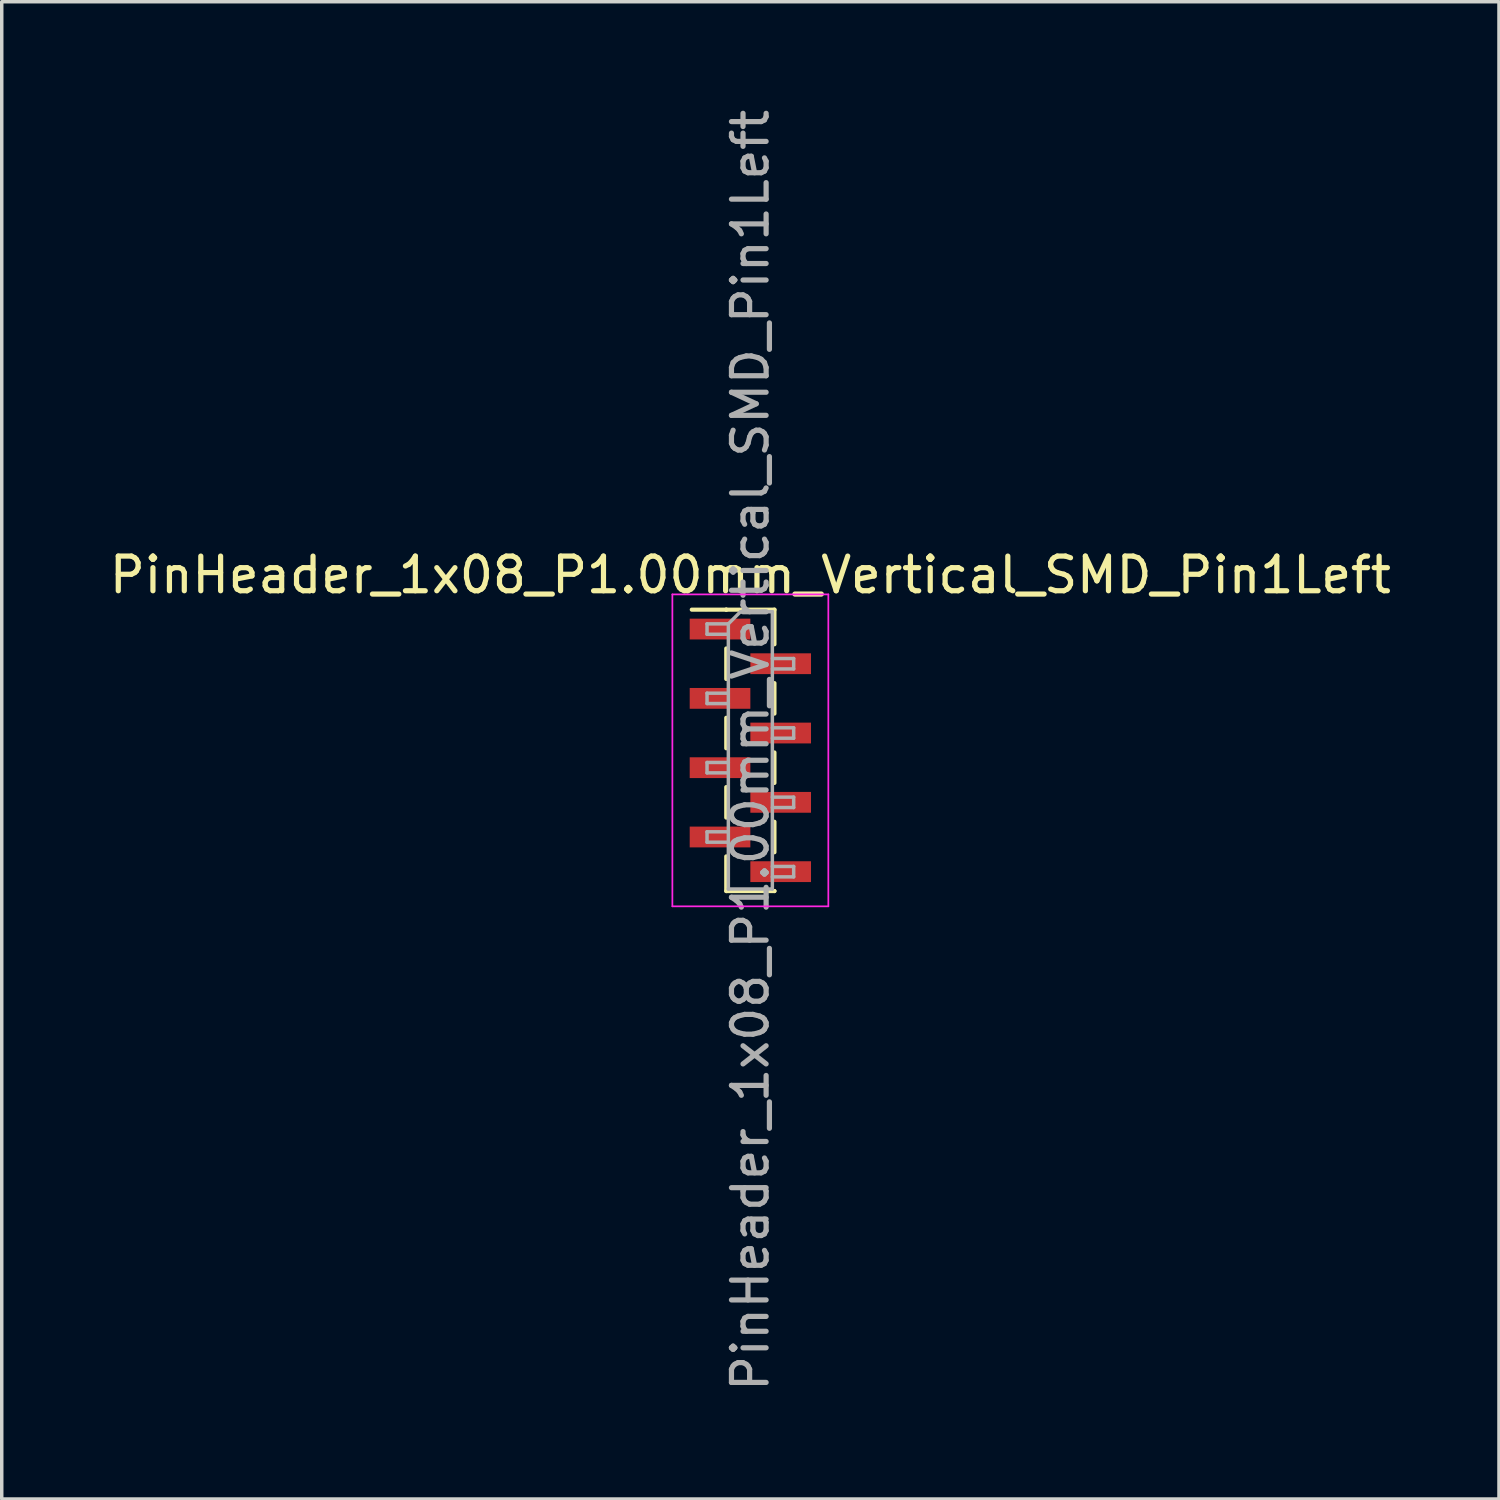
<source format=kicad_pcb>
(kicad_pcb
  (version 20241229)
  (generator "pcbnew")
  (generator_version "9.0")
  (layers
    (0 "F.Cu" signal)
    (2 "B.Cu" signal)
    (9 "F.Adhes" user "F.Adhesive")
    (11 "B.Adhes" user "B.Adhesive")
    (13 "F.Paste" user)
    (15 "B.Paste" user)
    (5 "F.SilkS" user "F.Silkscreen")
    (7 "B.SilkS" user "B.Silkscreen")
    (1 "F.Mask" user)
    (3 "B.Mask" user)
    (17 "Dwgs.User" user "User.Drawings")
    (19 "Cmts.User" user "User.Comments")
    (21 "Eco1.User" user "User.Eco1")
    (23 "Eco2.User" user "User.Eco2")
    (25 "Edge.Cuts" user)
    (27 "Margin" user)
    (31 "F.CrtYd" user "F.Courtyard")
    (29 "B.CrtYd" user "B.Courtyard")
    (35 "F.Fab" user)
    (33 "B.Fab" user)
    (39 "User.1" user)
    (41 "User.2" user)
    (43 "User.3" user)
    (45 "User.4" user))
  (footprint "PinHeader_1x08_P1.00mm_Vertical_SMD_Pin1Left"
    (layer "F.Cu")
    (at 18.601 18.601)
    (property "Reference" "PinHeader_1x08_P1.00mm_Vertical_SMD_Pin1Left" (at 0 -5.06 0) (layer "F.SilkS") (effects (font (size 1 1) (thickness 0.15))))
    (attr smd)
    (fp_line (start -0.695 -4.06) (end -1.69 -4.06) (stroke (width 0.12) (type solid)) (layer "F.SilkS"))
    (fp_line (start -0.695 -4.06) (end -0.695 -4.06) (stroke (width 0.12) (type solid)) (layer "F.SilkS"))
    (fp_line (start -0.695 -4.06) (end 0.695 -4.06) (stroke (width 0.12) (type solid)) (layer "F.SilkS"))
    (fp_line (start -0.695 -2.94) (end -0.695 -2.06) (stroke (width 0.12) (type solid)) (layer "F.SilkS"))
    (fp_line (start -0.695 -0.94) (end -0.695 -0.06) (stroke (width 0.12) (type solid)) (layer "F.SilkS"))
    (fp_line (start -0.695 1.06) (end -0.695 1.94) (stroke (width 0.12) (type solid)) (layer "F.SilkS"))
    (fp_line (start -0.695 3.06) (end -0.695 4.06) (stroke (width 0.12) (type solid)) (layer "F.SilkS"))
    (fp_line (start -0.695 4.06) (end 0.695 4.06) (stroke (width 0.12) (type solid)) (layer "F.SilkS"))
    (fp_line (start 0.695 -4.06) (end 0.695 -3.06) (stroke (width 0.12) (type solid)) (layer "F.SilkS"))
    (fp_line (start 0.695 -1.94) (end 0.695 -1.06) (stroke (width 0.12) (type solid)) (layer "F.SilkS"))
    (fp_line (start 0.695 0.06) (end 0.695 0.94) (stroke (width 0.12) (type solid)) (layer "F.SilkS"))
    (fp_line (start 0.695 2.06) (end 0.695 2.94) (stroke (width 0.12) (type solid)) (layer "F.SilkS"))
    (fp_line (start 0.695 4.06) (end 0.695 4.06) (stroke (width 0.12) (type solid)) (layer "F.SilkS"))
    (fp_line (start -2.25 -4.5) (end -2.25 4.5) (stroke (width 0.05) (type solid)) (layer "F.CrtYd"))
    (fp_line (start -2.25 4.5) (end 2.25 4.5) (stroke (width 0.05) (type solid)) (layer "F.CrtYd"))
    (fp_line (start 2.25 -4.5) (end -2.25 -4.5) (stroke (width 0.05) (type solid)) (layer "F.CrtYd"))
    (fp_line (start 2.25 4.5) (end 2.25 -4.5) (stroke (width 0.05) (type solid)) (layer "F.CrtYd"))
    (fp_line (start -1.25 -3.65) (end -1.25 -3.35) (stroke (width 0.1) (type solid)) (layer "F.Fab"))
    (fp_line (start -1.25 -3.35) (end -0.635 -3.35) (stroke (width 0.1) (type solid)) (layer "F.Fab"))
    (fp_line (start -1.25 -1.65) (end -1.25 -1.35) (stroke (width 0.1) (type solid)) (layer "F.Fab"))
    (fp_line (start -1.25 -1.35) (end -0.635 -1.35) (stroke (width 0.1) (type solid)) (layer "F.Fab"))
    (fp_line (start -1.25 0.35) (end -1.25 0.65) (stroke (width 0.1) (type solid)) (layer "F.Fab"))
    (fp_line (start -1.25 0.65) (end -0.635 0.65) (stroke (width 0.1) (type solid)) (layer "F.Fab"))
    (fp_line (start -1.25 2.35) (end -1.25 2.65) (stroke (width 0.1) (type solid)) (layer "F.Fab"))
    (fp_line (start -1.25 2.65) (end -0.635 2.65) (stroke (width 0.1) (type solid)) (layer "F.Fab"))
    (fp_line (start -0.635 -3.65) (end -1.25 -3.65) (stroke (width 0.1) (type solid)) (layer "F.Fab"))
    (fp_line (start -0.635 -3.65) (end -0.285 -4) (stroke (width 0.1) (type solid)) (layer "F.Fab"))
    (fp_line (start -0.635 -1.65) (end -1.25 -1.65) (stroke (width 0.1) (type solid)) (layer "F.Fab"))
    (fp_line (start -0.635 0.35) (end -1.25 0.35) (stroke (width 0.1) (type solid)) (layer "F.Fab"))
    (fp_line (start -0.635 2.35) (end -1.25 2.35) (stroke (width 0.1) (type solid)) (layer "F.Fab"))
    (fp_line (start -0.635 4) (end -0.635 -3.65) (stroke (width 0.1) (type solid)) (layer "F.Fab"))
    (fp_line (start -0.285 -4) (end 0.635 -4) (stroke (width 0.1) (type solid)) (layer "F.Fab"))
    (fp_line (start 0.635 -4) (end 0.635 4) (stroke (width 0.1) (type solid)) (layer "F.Fab"))
    (fp_line (start 0.635 -2.65) (end 1.25 -2.65) (stroke (width 0.1) (type solid)) (layer "F.Fab"))
    (fp_line (start 0.635 -0.65) (end 1.25 -0.65) (stroke (width 0.1) (type solid)) (layer "F.Fab"))
    (fp_line (start 0.635 1.35) (end 1.25 1.35) (stroke (width 0.1) (type solid)) (layer "F.Fab"))
    (fp_line (start 0.635 3.35) (end 1.25 3.35) (stroke (width 0.1) (type solid)) (layer "F.Fab"))
    (fp_line (start 0.635 4) (end -0.635 4) (stroke (width 0.1) (type solid)) (layer "F.Fab"))
    (fp_line (start 1.25 -2.65) (end 1.25 -2.35) (stroke (width 0.1) (type solid)) (layer "F.Fab"))
    (fp_line (start 1.25 -2.35) (end 0.635 -2.35) (stroke (width 0.1) (type solid)) (layer "F.Fab"))
    (fp_line (start 1.25 -0.65) (end 1.25 -0.35) (stroke (width 0.1) (type solid)) (layer "F.Fab"))
    (fp_line (start 1.25 -0.35) (end 0.635 -0.35) (stroke (width 0.1) (type solid)) (layer "F.Fab"))
    (fp_line (start 1.25 1.35) (end 1.25 1.65) (stroke (width 0.1) (type solid)) (layer "F.Fab"))
    (fp_line (start 1.25 1.65) (end 0.635 1.65) (stroke (width 0.1) (type solid)) (layer "F.Fab"))
    (fp_line (start 1.25 3.35) (end 1.25 3.65) (stroke (width 0.1) (type solid)) (layer "F.Fab"))
    (fp_line (start 1.25 3.65) (end 0.635 3.65) (stroke (width 0.1) (type solid)) (layer "F.Fab"))
    (fp_text user "${REFERENCE}" (at 0 0 90) (layer "F.Fab") (effects (font (size 1 1) (thickness 0.15))))
    (pad "1" smd rect (at -0.875 -3.5) (size 1.75 0.6) (layers "F.Cu" "F.Mask" "F.Paste"))
    (pad "2" smd rect (at 0.875 -2.5) (size 1.75 0.6) (layers "F.Cu" "F.Mask" "F.Paste"))
    (pad "3" smd rect (at -0.875 -1.5) (size 1.75 0.6) (layers "F.Cu" "F.Mask" "F.Paste"))
    (pad "4" smd rect (at 0.875 -0.5) (size 1.75 0.6) (layers "F.Cu" "F.Mask" "F.Paste"))
    (pad "5" smd rect (at -0.875 0.5) (size 1.75 0.6) (layers "F.Cu" "F.Mask" "F.Paste"))
    (pad "6" smd rect (at 0.875 1.5) (size 1.75 0.6) (layers "F.Cu" "F.Mask" "F.Paste"))
    (pad "7" smd rect (at -0.875 2.5) (size 1.75 0.6) (layers "F.Cu" "F.Mask" "F.Paste"))
    (pad "8" smd rect (at 0.875 3.5) (size 1.75 0.6) (layers "F.Cu" "F.Mask" "F.Paste")))
  (gr_rect
    (start -3 -3)
    (end 40.202 40.202)
    (stroke (width 0.1) (type default))
    (fill no)
    (layer "Edge.Cuts")))
</source>
